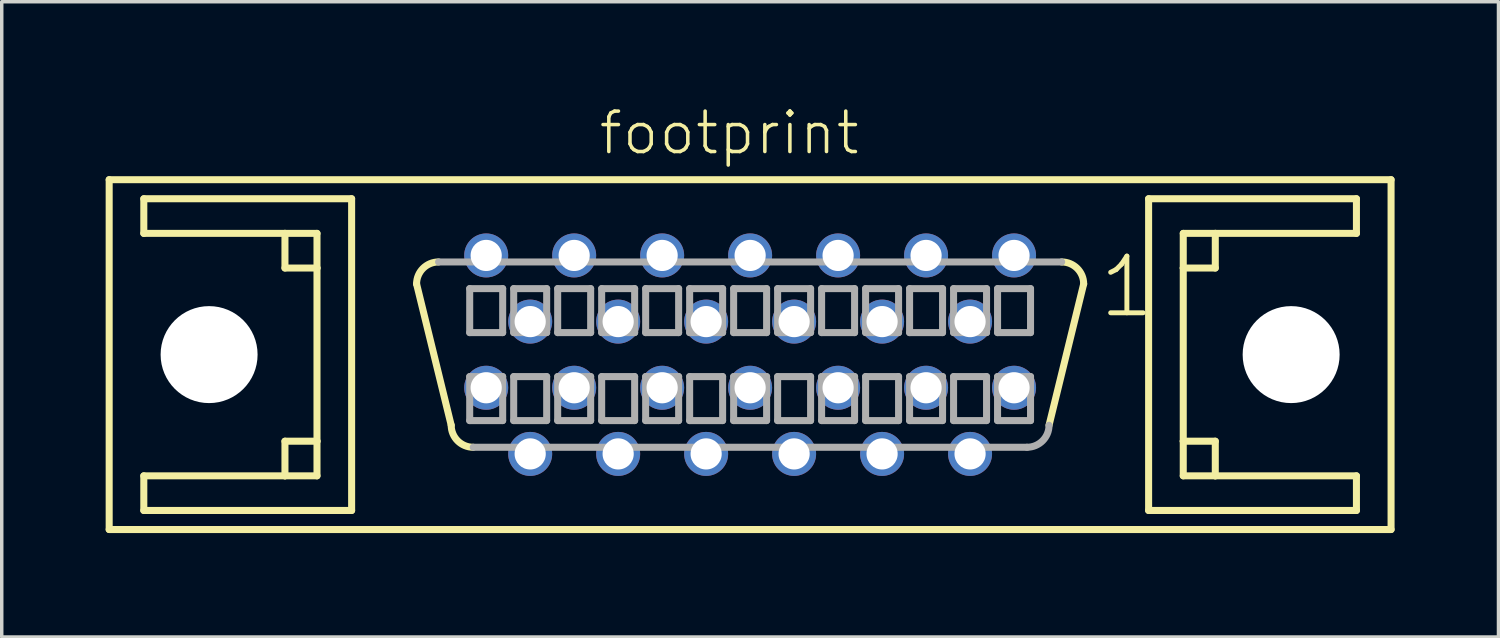
<source format=kicad_pcb>
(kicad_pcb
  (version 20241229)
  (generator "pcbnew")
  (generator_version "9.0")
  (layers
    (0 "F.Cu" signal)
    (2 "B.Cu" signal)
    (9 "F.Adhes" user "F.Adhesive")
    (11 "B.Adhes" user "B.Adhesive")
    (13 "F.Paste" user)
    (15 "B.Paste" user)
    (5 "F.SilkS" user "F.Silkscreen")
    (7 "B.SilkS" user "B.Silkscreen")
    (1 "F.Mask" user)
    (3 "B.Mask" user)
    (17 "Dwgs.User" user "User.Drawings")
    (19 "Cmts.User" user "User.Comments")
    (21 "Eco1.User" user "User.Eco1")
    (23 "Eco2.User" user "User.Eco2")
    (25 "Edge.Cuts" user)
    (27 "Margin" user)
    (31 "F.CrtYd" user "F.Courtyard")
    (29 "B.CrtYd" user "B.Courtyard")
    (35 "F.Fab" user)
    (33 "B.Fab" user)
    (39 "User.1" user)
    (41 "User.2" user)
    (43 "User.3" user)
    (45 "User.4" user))
  (footprint "footprint"
    (layer "F.Cu")
    (at 18.627 7.188)
    (property "Reference" "footprint" (at -4.445 -5.715 0) (layer "F.SilkS") (effects (font (size 1.168 1.168) (thickness 0.102)) (justify left bottom)))
    (fp_line (start -18.525 -5.05) (end 18.485 -5.05) (stroke (width 0.203) (type solid)) (layer "F.SilkS"))
    (fp_line (start -18.525 5.05) (end -18.525 -5.05) (stroke (width 0.203) (type solid)) (layer "F.SilkS"))
    (fp_line (start -17.525 -4.5) (end -17.525 -3.5) (stroke (width 0.203) (type solid)) (layer "F.SilkS"))
    (fp_line (start -17.525 -3.5) (end -13.45 -3.5) (stroke (width 0.203) (type solid)) (layer "F.SilkS"))
    (fp_line (start -17.525 3.5) (end -17.525 4.5) (stroke (width 0.203) (type solid)) (layer "F.SilkS"))
    (fp_line (start -17.525 4.5) (end -11.525 4.5) (stroke (width 0.203) (type solid)) (layer "F.SilkS"))
    (fp_line (start -13.45 -3.5) (end -13.45 -2.5) (stroke (width 0.203) (type solid)) (layer "F.SilkS"))
    (fp_line (start -13.45 -3.5) (end -12.525 -3.5) (stroke (width 0.203) (type solid)) (layer "F.SilkS"))
    (fp_line (start -13.45 -2.5) (end -12.525 -2.5) (stroke (width 0.203) (type solid)) (layer "F.SilkS"))
    (fp_line (start -13.45 2.5) (end -13.45 3.5) (stroke (width 0.203) (type solid)) (layer "F.SilkS"))
    (fp_line (start -13.45 3.5) (end -17.525 3.5) (stroke (width 0.203) (type solid)) (layer "F.SilkS"))
    (fp_line (start -12.525 -3.5) (end -12.525 -2.5) (stroke (width 0.203) (type solid)) (layer "F.SilkS"))
    (fp_line (start -12.525 -2.5) (end -12.525 2.5) (stroke (width 0.203) (type solid)) (layer "F.SilkS"))
    (fp_line (start -12.525 2.5) (end -13.45 2.5) (stroke (width 0.203) (type solid)) (layer "F.SilkS"))
    (fp_line (start -12.525 2.5) (end -12.525 3.5) (stroke (width 0.203) (type solid)) (layer "F.SilkS"))
    (fp_line (start -12.525 3.5) (end -13.45 3.5) (stroke (width 0.203) (type solid)) (layer "F.SilkS"))
    (fp_line (start -11.525 -4.5) (end -17.525 -4.5) (stroke (width 0.203) (type solid)) (layer "F.SilkS"))
    (fp_line (start -11.525 4.5) (end -11.525 -4.5) (stroke (width 0.203) (type solid)) (layer "F.SilkS"))
    (fp_line (start -8.65 2.04) (end -9.65 -2.04) (stroke (width 0.203) (type solid)) (layer "F.SilkS"))
    (fp_line (start 9.61 -2.04) (end 8.61 2.04) (stroke (width 0.203) (type solid)) (layer "F.SilkS"))
    (fp_line (start 11.485 -4.5) (end 11.485 4.5) (stroke (width 0.203) (type solid)) (layer "F.SilkS"))
    (fp_line (start 11.485 4.5) (end 17.485 4.5) (stroke (width 0.203) (type solid)) (layer "F.SilkS"))
    (fp_line (start 12.485 -3.5) (end 13.41 -3.5) (stroke (width 0.203) (type solid)) (layer "F.SilkS"))
    (fp_line (start 12.485 -2.5) (end 12.485 -3.5) (stroke (width 0.203) (type solid)) (layer "F.SilkS"))
    (fp_line (start 12.485 -2.5) (end 13.41 -2.5) (stroke (width 0.203) (type solid)) (layer "F.SilkS"))
    (fp_line (start 12.485 2.5) (end 12.485 -2.5) (stroke (width 0.203) (type solid)) (layer "F.SilkS"))
    (fp_line (start 12.485 3.5) (end 12.485 2.5) (stroke (width 0.203) (type solid)) (layer "F.SilkS"))
    (fp_line (start 13.41 -3.5) (end 17.485 -3.5) (stroke (width 0.203) (type solid)) (layer "F.SilkS"))
    (fp_line (start 13.41 -2.5) (end 13.41 -3.5) (stroke (width 0.203) (type solid)) (layer "F.SilkS"))
    (fp_line (start 13.41 2.5) (end 12.485 2.5) (stroke (width 0.203) (type solid)) (layer "F.SilkS"))
    (fp_line (start 13.41 3.5) (end 12.485 3.5) (stroke (width 0.203) (type solid)) (layer "F.SilkS"))
    (fp_line (start 13.41 3.5) (end 13.41 2.5) (stroke (width 0.203) (type solid)) (layer "F.SilkS"))
    (fp_line (start 17.485 -4.5) (end 11.485 -4.5) (stroke (width 0.203) (type solid)) (layer "F.SilkS"))
    (fp_line (start 17.485 -3.5) (end 17.485 -4.5) (stroke (width 0.203) (type solid)) (layer "F.SilkS"))
    (fp_line (start 17.485 3.5) (end 13.41 3.5) (stroke (width 0.203) (type solid)) (layer "F.SilkS"))
    (fp_line (start 17.485 4.5) (end 17.485 3.5) (stroke (width 0.203) (type solid)) (layer "F.SilkS"))
    (fp_line (start 18.485 -5.05) (end 18.485 5.05) (stroke (width 0.203) (type solid)) (layer "F.SilkS"))
    (fp_line (start 18.485 5.05) (end -18.525 5.05) (stroke (width 0.203) (type solid)) (layer "F.SilkS"))
    (fp_arc (start -9.65 -2.04) (mid -9.464013 -2.489013) (end -9.015 -2.675) (stroke (width 0.2032) (type solid)) (layer "F.SilkS"))
    (fp_arc (start -8.015 2.675) (mid -8.464013 2.489013) (end -8.65 2.04) (stroke (width 0.2032) (type solid)) (layer "F.SilkS"))
    (fp_arc (start 8.975 -2.675) (mid 9.424013 -2.489013) (end 9.61 -2.04) (stroke (width 0.2032) (type solid)) (layer "F.SilkS"))
    (fp_line (start -9.015 -2.675) (end 8.975 -2.675) (stroke (width 0.203) (type solid)) (layer "F.Fab"))
    (fp_line (start -8.116 -1.905) (end -8.116 -0.635) (stroke (width 0.203) (type solid)) (layer "F.Fab"))
    (fp_line (start -8.116 -0.635) (end -7.164 -0.635) (stroke (width 0.203) (type solid)) (layer "F.Fab"))
    (fp_line (start -8.116 0.635) (end -8.116 1.905) (stroke (width 0.203) (type solid)) (layer "F.Fab"))
    (fp_line (start -8.116 1.905) (end -7.164 1.905) (stroke (width 0.203) (type solid)) (layer "F.Fab"))
    (fp_line (start -7.164 -1.905) (end -8.116 -1.905) (stroke (width 0.203) (type solid)) (layer "F.Fab"))
    (fp_line (start -7.164 -0.635) (end -7.164 -1.905) (stroke (width 0.203) (type solid)) (layer "F.Fab"))
    (fp_line (start -7.164 0.635) (end -8.116 0.635) (stroke (width 0.203) (type solid)) (layer "F.Fab"))
    (fp_line (start -7.164 1.905) (end -7.164 0.635) (stroke (width 0.203) (type solid)) (layer "F.Fab"))
    (fp_line (start -6.846 -1.905) (end -6.846 -0.635) (stroke (width 0.203) (type solid)) (layer "F.Fab"))
    (fp_line (start -6.846 -0.635) (end -5.894 -0.635) (stroke (width 0.203) (type solid)) (layer "F.Fab"))
    (fp_line (start -6.846 0.635) (end -6.846 1.905) (stroke (width 0.203) (type solid)) (layer "F.Fab"))
    (fp_line (start -6.846 1.905) (end -5.894 1.905) (stroke (width 0.203) (type solid)) (layer "F.Fab"))
    (fp_line (start -5.894 -1.905) (end -6.846 -1.905) (stroke (width 0.203) (type solid)) (layer "F.Fab"))
    (fp_line (start -5.894 -0.635) (end -5.894 -1.905) (stroke (width 0.203) (type solid)) (layer "F.Fab"))
    (fp_line (start -5.894 0.635) (end -6.846 0.635) (stroke (width 0.203) (type solid)) (layer "F.Fab"))
    (fp_line (start -5.894 1.905) (end -5.894 0.635) (stroke (width 0.203) (type solid)) (layer "F.Fab"))
    (fp_line (start -5.576 -1.905) (end -5.576 -0.635) (stroke (width 0.203) (type solid)) (layer "F.Fab"))
    (fp_line (start -5.576 -0.635) (end -4.624 -0.635) (stroke (width 0.203) (type solid)) (layer "F.Fab"))
    (fp_line (start -5.576 0.635) (end -5.576 1.905) (stroke (width 0.203) (type solid)) (layer "F.Fab"))
    (fp_line (start -5.576 1.905) (end -4.624 1.905) (stroke (width 0.203) (type solid)) (layer "F.Fab"))
    (fp_line (start -4.624 -1.905) (end -5.576 -1.905) (stroke (width 0.203) (type solid)) (layer "F.Fab"))
    (fp_line (start -4.624 -0.635) (end -4.624 -1.905) (stroke (width 0.203) (type solid)) (layer "F.Fab"))
    (fp_line (start -4.624 0.635) (end -5.576 0.635) (stroke (width 0.203) (type solid)) (layer "F.Fab"))
    (fp_line (start -4.624 1.905) (end -4.624 0.635) (stroke (width 0.203) (type solid)) (layer "F.Fab"))
    (fp_line (start -4.306 -1.905) (end -4.306 -0.635) (stroke (width 0.203) (type solid)) (layer "F.Fab"))
    (fp_line (start -4.306 -0.635) (end -3.354 -0.635) (stroke (width 0.203) (type solid)) (layer "F.Fab"))
    (fp_line (start -4.306 0.635) (end -4.306 1.905) (stroke (width 0.203) (type solid)) (layer "F.Fab"))
    (fp_line (start -4.306 1.905) (end -3.354 1.905) (stroke (width 0.203) (type solid)) (layer "F.Fab"))
    (fp_line (start -3.354 -1.905) (end -4.306 -1.905) (stroke (width 0.203) (type solid)) (layer "F.Fab"))
    (fp_line (start -3.354 -0.635) (end -3.354 -1.905) (stroke (width 0.203) (type solid)) (layer "F.Fab"))
    (fp_line (start -3.354 0.635) (end -4.306 0.635) (stroke (width 0.203) (type solid)) (layer "F.Fab"))
    (fp_line (start -3.354 1.905) (end -3.354 0.635) (stroke (width 0.203) (type solid)) (layer "F.Fab"))
    (fp_line (start -3.036 -1.905) (end -3.036 -0.635) (stroke (width 0.203) (type solid)) (layer "F.Fab"))
    (fp_line (start -3.036 -0.635) (end -2.084 -0.635) (stroke (width 0.203) (type solid)) (layer "F.Fab"))
    (fp_line (start -3.036 0.635) (end -3.036 1.905) (stroke (width 0.203) (type solid)) (layer "F.Fab"))
    (fp_line (start -3.036 1.905) (end -2.084 1.905) (stroke (width 0.203) (type solid)) (layer "F.Fab"))
    (fp_line (start -2.084 -1.905) (end -3.036 -1.905) (stroke (width 0.203) (type solid)) (layer "F.Fab"))
    (fp_line (start -2.084 -0.635) (end -2.084 -1.905) (stroke (width 0.203) (type solid)) (layer "F.Fab"))
    (fp_line (start -2.084 0.635) (end -3.036 0.635) (stroke (width 0.203) (type solid)) (layer "F.Fab"))
    (fp_line (start -2.084 1.905) (end -2.084 0.635) (stroke (width 0.203) (type solid)) (layer "F.Fab"))
    (fp_line (start -1.766 -1.905) (end -1.766 -0.635) (stroke (width 0.203) (type solid)) (layer "F.Fab"))
    (fp_line (start -1.766 -0.635) (end -0.814 -0.635) (stroke (width 0.203) (type solid)) (layer "F.Fab"))
    (fp_line (start -1.766 0.635) (end -1.766 1.905) (stroke (width 0.203) (type solid)) (layer "F.Fab"))
    (fp_line (start -1.766 1.905) (end -0.814 1.905) (stroke (width 0.203) (type solid)) (layer "F.Fab"))
    (fp_line (start -0.814 -1.905) (end -1.766 -1.905) (stroke (width 0.203) (type solid)) (layer "F.Fab"))
    (fp_line (start -0.814 -0.635) (end -0.814 -1.905) (stroke (width 0.203) (type solid)) (layer "F.Fab"))
    (fp_line (start -0.814 0.635) (end -1.766 0.635) (stroke (width 0.203) (type solid)) (layer "F.Fab"))
    (fp_line (start -0.814 1.905) (end -0.814 0.635) (stroke (width 0.203) (type solid)) (layer "F.Fab"))
    (fp_line (start -0.496 -1.905) (end -0.496 -0.635) (stroke (width 0.203) (type solid)) (layer "F.Fab"))
    (fp_line (start -0.496 -0.635) (end 0.456 -0.635) (stroke (width 0.203) (type solid)) (layer "F.Fab"))
    (fp_line (start -0.496 0.635) (end -0.496 1.905) (stroke (width 0.203) (type solid)) (layer "F.Fab"))
    (fp_line (start -0.496 1.905) (end 0.456 1.905) (stroke (width 0.203) (type solid)) (layer "F.Fab"))
    (fp_line (start 0.456 -1.905) (end -0.496 -1.905) (stroke (width 0.203) (type solid)) (layer "F.Fab"))
    (fp_line (start 0.456 -0.635) (end 0.456 -1.905) (stroke (width 0.203) (type solid)) (layer "F.Fab"))
    (fp_line (start 0.456 0.635) (end -0.496 0.635) (stroke (width 0.203) (type solid)) (layer "F.Fab"))
    (fp_line (start 0.456 1.905) (end 0.456 0.635) (stroke (width 0.203) (type solid)) (layer "F.Fab"))
    (fp_line (start 0.774 -1.905) (end 0.774 -0.635) (stroke (width 0.203) (type solid)) (layer "F.Fab"))
    (fp_line (start 0.774 -0.635) (end 1.726 -0.635) (stroke (width 0.203) (type solid)) (layer "F.Fab"))
    (fp_line (start 0.774 0.635) (end 0.774 1.905) (stroke (width 0.203) (type solid)) (layer "F.Fab"))
    (fp_line (start 0.774 1.905) (end 1.726 1.905) (stroke (width 0.203) (type solid)) (layer "F.Fab"))
    (fp_line (start 1.726 -1.905) (end 0.774 -1.905) (stroke (width 0.203) (type solid)) (layer "F.Fab"))
    (fp_line (start 1.726 -0.635) (end 1.726 -1.905) (stroke (width 0.203) (type solid)) (layer "F.Fab"))
    (fp_line (start 1.726 0.635) (end 0.774 0.635) (stroke (width 0.203) (type solid)) (layer "F.Fab"))
    (fp_line (start 1.726 1.905) (end 1.726 0.635) (stroke (width 0.203) (type solid)) (layer "F.Fab"))
    (fp_line (start 2.044 -1.905) (end 2.044 -0.635) (stroke (width 0.203) (type solid)) (layer "F.Fab"))
    (fp_line (start 2.044 -0.635) (end 2.996 -0.635) (stroke (width 0.203) (type solid)) (layer "F.Fab"))
    (fp_line (start 2.044 0.635) (end 2.044 1.905) (stroke (width 0.203) (type solid)) (layer "F.Fab"))
    (fp_line (start 2.044 1.905) (end 2.996 1.905) (stroke (width 0.203) (type solid)) (layer "F.Fab"))
    (fp_line (start 2.996 -1.905) (end 2.044 -1.905) (stroke (width 0.203) (type solid)) (layer "F.Fab"))
    (fp_line (start 2.996 -0.635) (end 2.996 -1.905) (stroke (width 0.203) (type solid)) (layer "F.Fab"))
    (fp_line (start 2.996 0.635) (end 2.044 0.635) (stroke (width 0.203) (type solid)) (layer "F.Fab"))
    (fp_line (start 2.996 1.905) (end 2.996 0.635) (stroke (width 0.203) (type solid)) (layer "F.Fab"))
    (fp_line (start 3.314 -1.905) (end 3.314 -0.635) (stroke (width 0.203) (type solid)) (layer "F.Fab"))
    (fp_line (start 3.314 -0.635) (end 4.266 -0.635) (stroke (width 0.203) (type solid)) (layer "F.Fab"))
    (fp_line (start 3.314 0.635) (end 3.314 1.905) (stroke (width 0.203) (type solid)) (layer "F.Fab"))
    (fp_line (start 3.314 1.905) (end 4.266 1.905) (stroke (width 0.203) (type solid)) (layer "F.Fab"))
    (fp_line (start 4.266 -1.905) (end 3.314 -1.905) (stroke (width 0.203) (type solid)) (layer "F.Fab"))
    (fp_line (start 4.266 -0.635) (end 4.266 -1.905) (stroke (width 0.203) (type solid)) (layer "F.Fab"))
    (fp_line (start 4.266 0.635) (end 3.314 0.635) (stroke (width 0.203) (type solid)) (layer "F.Fab"))
    (fp_line (start 4.266 1.905) (end 4.266 0.635) (stroke (width 0.203) (type solid)) (layer "F.Fab"))
    (fp_line (start 4.584 -1.905) (end 4.584 -0.635) (stroke (width 0.203) (type solid)) (layer "F.Fab"))
    (fp_line (start 4.584 -0.635) (end 5.536 -0.635) (stroke (width 0.203) (type solid)) (layer "F.Fab"))
    (fp_line (start 4.584 0.635) (end 4.584 1.905) (stroke (width 0.203) (type solid)) (layer "F.Fab"))
    (fp_line (start 4.584 1.905) (end 5.536 1.905) (stroke (width 0.203) (type solid)) (layer "F.Fab"))
    (fp_line (start 5.536 -1.905) (end 4.584 -1.905) (stroke (width 0.203) (type solid)) (layer "F.Fab"))
    (fp_line (start 5.536 -0.635) (end 5.536 -1.905) (stroke (width 0.203) (type solid)) (layer "F.Fab"))
    (fp_line (start 5.536 0.635) (end 4.584 0.635) (stroke (width 0.203) (type solid)) (layer "F.Fab"))
    (fp_line (start 5.536 1.905) (end 5.536 0.635) (stroke (width 0.203) (type solid)) (layer "F.Fab"))
    (fp_line (start 5.854 -1.905) (end 5.854 -0.635) (stroke (width 0.203) (type solid)) (layer "F.Fab"))
    (fp_line (start 5.854 -0.635) (end 6.806 -0.635) (stroke (width 0.203) (type solid)) (layer "F.Fab"))
    (fp_line (start 5.854 0.635) (end 5.854 1.905) (stroke (width 0.203) (type solid)) (layer "F.Fab"))
    (fp_line (start 5.854 1.905) (end 6.806 1.905) (stroke (width 0.203) (type solid)) (layer "F.Fab"))
    (fp_line (start 6.806 -1.905) (end 5.854 -1.905) (stroke (width 0.203) (type solid)) (layer "F.Fab"))
    (fp_line (start 6.806 -0.635) (end 6.806 -1.905) (stroke (width 0.203) (type solid)) (layer "F.Fab"))
    (fp_line (start 6.806 0.635) (end 5.854 0.635) (stroke (width 0.203) (type solid)) (layer "F.Fab"))
    (fp_line (start 6.806 1.905) (end 6.806 0.635) (stroke (width 0.203) (type solid)) (layer "F.Fab"))
    (fp_line (start 7.124 -1.905) (end 7.124 -0.635) (stroke (width 0.203) (type solid)) (layer "F.Fab"))
    (fp_line (start 7.124 -0.635) (end 8.076 -0.635) (stroke (width 0.203) (type solid)) (layer "F.Fab"))
    (fp_line (start 7.124 0.635) (end 7.124 1.905) (stroke (width 0.203) (type solid)) (layer "F.Fab"))
    (fp_line (start 7.124 1.905) (end 8.076 1.905) (stroke (width 0.203) (type solid)) (layer "F.Fab"))
    (fp_line (start 7.975 2.675) (end -8.015 2.675) (stroke (width 0.203) (type solid)) (layer "F.Fab"))
    (fp_line (start 8.076 -1.905) (end 7.124 -1.905) (stroke (width 0.203) (type solid)) (layer "F.Fab"))
    (fp_line (start 8.076 -0.635) (end 8.076 -1.905) (stroke (width 0.203) (type solid)) (layer "F.Fab"))
    (fp_line (start 8.076 0.635) (end 7.124 0.635) (stroke (width 0.203) (type solid)) (layer "F.Fab"))
    (fp_line (start 8.076 1.905) (end 8.076 0.635) (stroke (width 0.203) (type solid)) (layer "F.Fab"))
    (fp_arc (start 8.61 2.04) (mid 8.424013 2.489013) (end 7.975 2.675) (stroke (width 0.2032) (type solid)) (layer "F.Fab"))
    (fp_text user "1" (at 9.985 -1 0) (layer "F.SilkS") (effects (font (size 1.636 1.636) (thickness 0.142)) (justify left bottom)))
    (pad "" np_thru_hole circle (at -15.64 0) (size 2.8 2.8) (drill 2.8) (layers "*.Cu" "*.Mask"))
    (pad "" np_thru_hole circle (at 15.6 0) (size 2.8 2.8) (drill 2.8) (layers "*.Cu" "*.Mask"))
    (pad "1" thru_hole circle (at 7.6 -2.863) (size 1.27 1.27) (drill 0.9) (layers "*.Cu" "*.Mask"))
    (pad "2" thru_hole circle (at 6.33 -0.953) (size 1.27 1.27) (drill 0.9) (layers "*.Cu" "*.Mask"))
    (pad "3" thru_hole circle (at 5.06 -2.863) (size 1.27 1.27) (drill 0.9) (layers "*.Cu" "*.Mask"))
    (pad "4" thru_hole circle (at 3.79 -0.953) (size 1.27 1.27) (drill 0.9) (layers "*.Cu" "*.Mask"))
    (pad "5" thru_hole circle (at 2.52 -2.863) (size 1.27 1.27) (drill 0.9) (layers "*.Cu" "*.Mask"))
    (pad "6" thru_hole circle (at 1.25 -0.953) (size 1.27 1.27) (drill 0.9) (layers "*.Cu" "*.Mask"))
    (pad "7" thru_hole circle (at -0.02 -2.863) (size 1.27 1.27) (drill 0.9) (layers "*.Cu" "*.Mask"))
    (pad "8" thru_hole circle (at -1.29 -0.953) (size 1.27 1.27) (drill 0.9) (layers "*.Cu" "*.Mask"))
    (pad "9" thru_hole circle (at -2.56 -2.863) (size 1.27 1.27) (drill 0.9) (layers "*.Cu" "*.Mask"))
    (pad "10" thru_hole circle (at -3.83 -0.953) (size 1.27 1.27) (drill 0.9) (layers "*.Cu" "*.Mask"))
    (pad "11" thru_hole circle (at -5.1 -2.863) (size 1.27 1.27) (drill 0.9) (layers "*.Cu" "*.Mask"))
    (pad "12" thru_hole circle (at -6.37 -0.953) (size 1.27 1.27) (drill 0.9) (layers "*.Cu" "*.Mask"))
    (pad "13" thru_hole circle (at -7.64 -2.863) (size 1.27 1.27) (drill 0.9) (layers "*.Cu" "*.Mask"))
    (pad "14" thru_hole circle (at 7.6 0.957) (size 1.27 1.27) (drill 0.9) (layers "*.Cu" "*.Mask"))
    (pad "15" thru_hole circle (at 6.33 2.867) (size 1.27 1.27) (drill 0.9) (layers "*.Cu" "*.Mask"))
    (pad "16" thru_hole circle (at 5.06 0.957) (size 1.27 1.27) (drill 0.9) (layers "*.Cu" "*.Mask"))
    (pad "17" thru_hole circle (at 3.79 2.867) (size 1.27 1.27) (drill 0.9) (layers "*.Cu" "*.Mask"))
    (pad "18" thru_hole circle (at 2.52 0.957) (size 1.27 1.27) (drill 0.9) (layers "*.Cu" "*.Mask"))
    (pad "19" thru_hole circle (at 1.25 2.867) (size 1.27 1.27) (drill 0.9) (layers "*.Cu" "*.Mask"))
    (pad "20" thru_hole circle (at -0.02 0.957) (size 1.27 1.27) (drill 0.9) (layers "*.Cu" "*.Mask"))
    (pad "21" thru_hole circle (at -1.29 2.867) (size 1.27 1.27) (drill 0.9) (layers "*.Cu" "*.Mask"))
    (pad "22" thru_hole circle (at -2.56 0.957) (size 1.27 1.27) (drill 0.9) (layers "*.Cu" "*.Mask"))
    (pad "23" thru_hole circle (at -3.83 2.867) (size 1.27 1.27) (drill 0.9) (layers "*.Cu" "*.Mask"))
    (pad "24" thru_hole circle (at -5.1 0.957) (size 1.27 1.27) (drill 0.9) (layers "*.Cu" "*.Mask"))
    (pad "25" thru_hole circle (at -6.37 2.867) (size 1.27 1.27) (drill 0.9) (layers "*.Cu" "*.Mask"))
    (pad "26" thru_hole circle (at -7.64 0.957) (size 1.27 1.27) (drill 0.9) (layers "*.Cu" "*.Mask")))
  (gr_rect
    (start -3 -3)
    (end 40.213 15.34)
    (stroke (width 0.1) (type default))
    (fill no)
    (layer "Edge.Cuts")))
</source>
